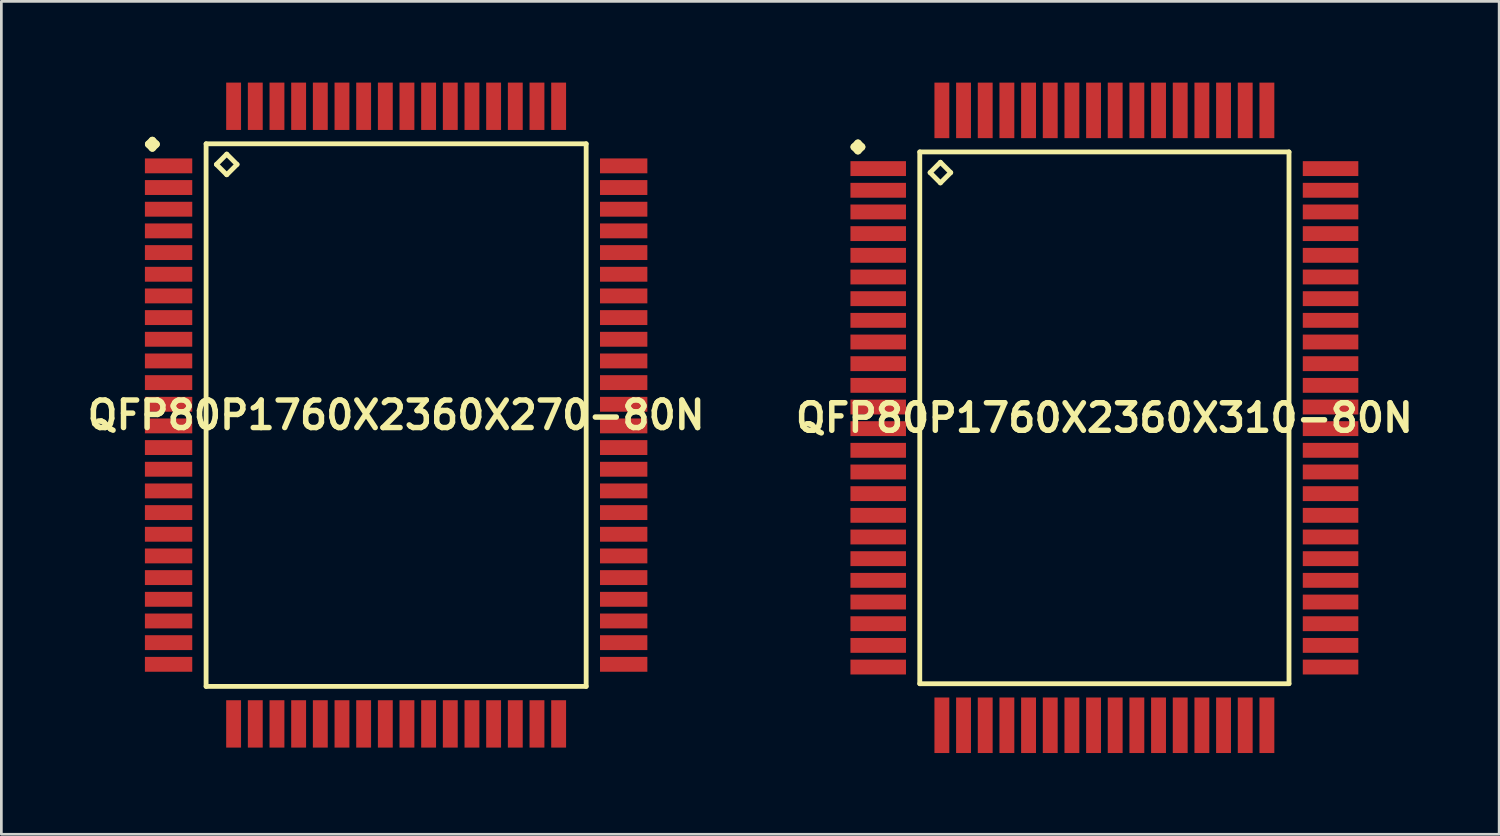
<source format=kicad_pcb>
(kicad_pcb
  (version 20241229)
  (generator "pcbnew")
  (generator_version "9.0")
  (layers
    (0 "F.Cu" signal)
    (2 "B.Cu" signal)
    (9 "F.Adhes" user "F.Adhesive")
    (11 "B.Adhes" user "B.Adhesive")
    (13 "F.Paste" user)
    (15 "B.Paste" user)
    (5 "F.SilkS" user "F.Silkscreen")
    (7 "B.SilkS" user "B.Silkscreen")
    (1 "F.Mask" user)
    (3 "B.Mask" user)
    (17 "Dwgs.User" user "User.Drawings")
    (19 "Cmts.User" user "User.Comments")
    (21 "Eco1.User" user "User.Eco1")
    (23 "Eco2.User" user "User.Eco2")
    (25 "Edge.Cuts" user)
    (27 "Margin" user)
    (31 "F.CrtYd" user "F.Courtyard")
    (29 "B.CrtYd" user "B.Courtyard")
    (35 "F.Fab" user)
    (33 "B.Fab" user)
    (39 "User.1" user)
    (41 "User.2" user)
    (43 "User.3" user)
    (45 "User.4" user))
  (footprint "QFP80P1760X2360X270-80N"
    (layer "F.Cu")
    (at 11.573 12.273)
    (property "Reference" "QFP80P1760X2360X270-80N" (at 0 0 0) (layer "F.SilkS") (effects (font (size 1.016 1.016) (thickness 0.203))))
    (attr smd)
    (fp_line (start -9.136 -10) (end -8.999 -10.137) (stroke (width 0.274) (type solid)) (layer "F.SilkS"))
    (fp_line (start -8.999 -10.137) (end -8.862 -10) (stroke (width 0.274) (type solid)) (layer "F.SilkS"))
    (fp_line (start -8.999 -9.86) (end -9.136 -10) (stroke (width 0.274) (type solid)) (layer "F.SilkS"))
    (fp_line (start -8.862 -10) (end -8.999 -9.86) (stroke (width 0.274) (type solid)) (layer "F.SilkS"))
    (fp_line (start -7.015 -10.015) (end -7.015 10.015) (stroke (width 0.178) (type solid)) (layer "F.SilkS"))
    (fp_line (start -7.015 10.015) (end 7.015 10.015) (stroke (width 0.178) (type solid)) (layer "F.SilkS"))
    (fp_line (start -6.634 -9.253) (end -6.253 -9.634) (stroke (width 0.178) (type solid)) (layer "F.SilkS"))
    (fp_line (start -6.253 -9.634) (end -5.872 -9.253) (stroke (width 0.178) (type solid)) (layer "F.SilkS"))
    (fp_line (start -6.253 -8.872) (end -6.634 -9.253) (stroke (width 0.178) (type solid)) (layer "F.SilkS"))
    (fp_line (start -5.872 -9.253) (end -6.253 -8.872) (stroke (width 0.178) (type solid)) (layer "F.SilkS"))
    (fp_line (start 7.015 -10.015) (end -7.015 -10.015) (stroke (width 0.178) (type solid)) (layer "F.SilkS"))
    (fp_line (start 7.015 10.015) (end 7.015 -10.015) (stroke (width 0.178) (type solid)) (layer "F.SilkS"))
    (pad "1" smd rect (at -8.4 -9.2) (size 1.748 0.549) (layers "F.Cu" "F.Mask" "F.Paste"))
    (pad "2" smd rect (at -8.4 -8.4) (size 1.748 0.549) (layers "F.Cu" "F.Mask" "F.Paste"))
    (pad "3" smd rect (at -8.4 -7.6) (size 1.748 0.549) (layers "F.Cu" "F.Mask" "F.Paste"))
    (pad "4" smd rect (at -8.4 -6.8) (size 1.748 0.549) (layers "F.Cu" "F.Mask" "F.Paste"))
    (pad "5" smd rect (at -8.4 -5.999) (size 1.748 0.549) (layers "F.Cu" "F.Mask" "F.Paste"))
    (pad "6" smd rect (at -8.4 -5.199) (size 1.748 0.549) (layers "F.Cu" "F.Mask" "F.Paste"))
    (pad "7" smd rect (at -8.4 -4.399) (size 1.748 0.549) (layers "F.Cu" "F.Mask" "F.Paste"))
    (pad "8" smd rect (at -8.4 -3.599) (size 1.748 0.549) (layers "F.Cu" "F.Mask" "F.Paste"))
    (pad "9" smd rect (at -8.4 -2.799) (size 1.748 0.549) (layers "F.Cu" "F.Mask" "F.Paste"))
    (pad "10" smd rect (at -8.4 -1.999) (size 1.748 0.549) (layers "F.Cu" "F.Mask" "F.Paste"))
    (pad "11" smd rect (at -8.4 -1.199) (size 1.748 0.549) (layers "F.Cu" "F.Mask" "F.Paste"))
    (pad "12" smd rect (at -8.4 -0.399) (size 1.748 0.549) (layers "F.Cu" "F.Mask" "F.Paste"))
    (pad "13" smd rect (at -8.4 0.399) (size 1.748 0.549) (layers "F.Cu" "F.Mask" "F.Paste"))
    (pad "14" smd rect (at -8.4 1.199) (size 1.748 0.549) (layers "F.Cu" "F.Mask" "F.Paste"))
    (pad "15" smd rect (at -8.4 1.999) (size 1.748 0.549) (layers "F.Cu" "F.Mask" "F.Paste"))
    (pad "16" smd rect (at -8.4 2.799) (size 1.748 0.549) (layers "F.Cu" "F.Mask" "F.Paste"))
    (pad "17" smd rect (at -8.4 3.599) (size 1.748 0.549) (layers "F.Cu" "F.Mask" "F.Paste"))
    (pad "18" smd rect (at -8.4 4.399) (size 1.748 0.549) (layers "F.Cu" "F.Mask" "F.Paste"))
    (pad "19" smd rect (at -8.4 5.199) (size 1.748 0.549) (layers "F.Cu" "F.Mask" "F.Paste"))
    (pad "20" smd rect (at -8.4 5.999) (size 1.748 0.549) (layers "F.Cu" "F.Mask" "F.Paste"))
    (pad "21" smd rect (at -8.4 6.8) (size 1.748 0.549) (layers "F.Cu" "F.Mask" "F.Paste"))
    (pad "22" smd rect (at -8.4 7.6) (size 1.748 0.549) (layers "F.Cu" "F.Mask" "F.Paste"))
    (pad "23" smd rect (at -8.4 8.4) (size 1.748 0.549) (layers "F.Cu" "F.Mask" "F.Paste"))
    (pad "24" smd rect (at -8.4 9.2) (size 1.748 0.549) (layers "F.Cu" "F.Mask" "F.Paste"))
    (pad "25" smd rect (at -5.999 11.4) (size 0.549 1.748) (layers "F.Cu" "F.Mask" "F.Paste"))
    (pad "26" smd rect (at -5.199 11.4) (size 0.549 1.748) (layers "F.Cu" "F.Mask" "F.Paste"))
    (pad "27" smd rect (at -4.399 11.4) (size 0.549 1.748) (layers "F.Cu" "F.Mask" "F.Paste"))
    (pad "28" smd rect (at -3.599 11.4) (size 0.549 1.748) (layers "F.Cu" "F.Mask" "F.Paste"))
    (pad "29" smd rect (at -2.799 11.4) (size 0.549 1.748) (layers "F.Cu" "F.Mask" "F.Paste"))
    (pad "30" smd rect (at -1.999 11.4) (size 0.549 1.748) (layers "F.Cu" "F.Mask" "F.Paste"))
    (pad "31" smd rect (at -1.199 11.4) (size 0.549 1.748) (layers "F.Cu" "F.Mask" "F.Paste"))
    (pad "32" smd rect (at -0.399 11.4) (size 0.549 1.748) (layers "F.Cu" "F.Mask" "F.Paste"))
    (pad "33" smd rect (at 0.399 11.4) (size 0.549 1.748) (layers "F.Cu" "F.Mask" "F.Paste"))
    (pad "34" smd rect (at 1.199 11.4) (size 0.549 1.748) (layers "F.Cu" "F.Mask" "F.Paste"))
    (pad "35" smd rect (at 1.999 11.4) (size 0.549 1.748) (layers "F.Cu" "F.Mask" "F.Paste"))
    (pad "36" smd rect (at 2.799 11.4) (size 0.549 1.748) (layers "F.Cu" "F.Mask" "F.Paste"))
    (pad "37" smd rect (at 3.599 11.4) (size 0.549 1.748) (layers "F.Cu" "F.Mask" "F.Paste"))
    (pad "38" smd rect (at 4.399 11.4) (size 0.549 1.748) (layers "F.Cu" "F.Mask" "F.Paste"))
    (pad "39" smd rect (at 5.199 11.4) (size 0.549 1.748) (layers "F.Cu" "F.Mask" "F.Paste"))
    (pad "40" smd rect (at 5.999 11.4) (size 0.549 1.748) (layers "F.Cu" "F.Mask" "F.Paste"))
    (pad "41" smd rect (at 8.4 9.2) (size 1.748 0.549) (layers "F.Cu" "F.Mask" "F.Paste"))
    (pad "42" smd rect (at 8.4 8.4) (size 1.748 0.549) (layers "F.Cu" "F.Mask" "F.Paste"))
    (pad "43" smd rect (at 8.4 7.6) (size 1.748 0.549) (layers "F.Cu" "F.Mask" "F.Paste"))
    (pad "44" smd rect (at 8.4 6.8) (size 1.748 0.549) (layers "F.Cu" "F.Mask" "F.Paste"))
    (pad "45" smd rect (at 8.4 5.999) (size 1.748 0.549) (layers "F.Cu" "F.Mask" "F.Paste"))
    (pad "46" smd rect (at 8.4 5.199) (size 1.748 0.549) (layers "F.Cu" "F.Mask" "F.Paste"))
    (pad "47" smd rect (at 8.4 4.399) (size 1.748 0.549) (layers "F.Cu" "F.Mask" "F.Paste"))
    (pad "48" smd rect (at 8.4 3.599) (size 1.748 0.549) (layers "F.Cu" "F.Mask" "F.Paste"))
    (pad "49" smd rect (at 8.4 2.799) (size 1.748 0.549) (layers "F.Cu" "F.Mask" "F.Paste"))
    (pad "50" smd rect (at 8.4 1.999) (size 1.748 0.549) (layers "F.Cu" "F.Mask" "F.Paste"))
    (pad "51" smd rect (at 8.4 1.199) (size 1.748 0.549) (layers "F.Cu" "F.Mask" "F.Paste"))
    (pad "52" smd rect (at 8.4 0.399) (size 1.748 0.549) (layers "F.Cu" "F.Mask" "F.Paste"))
    (pad "53" smd rect (at 8.4 -0.399) (size 1.748 0.549) (layers "F.Cu" "F.Mask" "F.Paste"))
    (pad "54" smd rect (at 8.4 -1.199) (size 1.748 0.549) (layers "F.Cu" "F.Mask" "F.Paste"))
    (pad "55" smd rect (at 8.4 -1.999) (size 1.748 0.549) (layers "F.Cu" "F.Mask" "F.Paste"))
    (pad "56" smd rect (at 8.4 -2.799) (size 1.748 0.549) (layers "F.Cu" "F.Mask" "F.Paste"))
    (pad "57" smd rect (at 8.4 -3.599) (size 1.748 0.549) (layers "F.Cu" "F.Mask" "F.Paste"))
    (pad "58" smd rect (at 8.4 -4.399) (size 1.748 0.549) (layers "F.Cu" "F.Mask" "F.Paste"))
    (pad "59" smd rect (at 8.4 -5.199) (size 1.748 0.549) (layers "F.Cu" "F.Mask" "F.Paste"))
    (pad "60" smd rect (at 8.4 -5.999) (size 1.748 0.549) (layers "F.Cu" "F.Mask" "F.Paste"))
    (pad "61" smd rect (at 8.4 -6.8) (size 1.748 0.549) (layers "F.Cu" "F.Mask" "F.Paste"))
    (pad "62" smd rect (at 8.4 -7.6) (size 1.748 0.549) (layers "F.Cu" "F.Mask" "F.Paste"))
    (pad "63" smd rect (at 8.4 -8.4) (size 1.748 0.549) (layers "F.Cu" "F.Mask" "F.Paste"))
    (pad "64" smd rect (at 8.4 -9.2) (size 1.748 0.549) (layers "F.Cu" "F.Mask" "F.Paste"))
    (pad "65" smd rect (at 5.999 -11.4) (size 0.549 1.748) (layers "F.Cu" "F.Mask" "F.Paste"))
    (pad "66" smd rect (at 5.199 -11.4) (size 0.549 1.748) (layers "F.Cu" "F.Mask" "F.Paste"))
    (pad "67" smd rect (at 4.399 -11.4) (size 0.549 1.748) (layers "F.Cu" "F.Mask" "F.Paste"))
    (pad "68" smd rect (at 3.599 -11.4) (size 0.549 1.748) (layers "F.Cu" "F.Mask" "F.Paste"))
    (pad "69" smd rect (at 2.799 -11.4) (size 0.549 1.748) (layers "F.Cu" "F.Mask" "F.Paste"))
    (pad "70" smd rect (at 1.999 -11.4) (size 0.549 1.748) (layers "F.Cu" "F.Mask" "F.Paste"))
    (pad "71" smd rect (at 1.199 -11.4) (size 0.549 1.748) (layers "F.Cu" "F.Mask" "F.Paste"))
    (pad "72" smd rect (at 0.399 -11.4) (size 0.549 1.748) (layers "F.Cu" "F.Mask" "F.Paste"))
    (pad "73" smd rect (at -0.399 -11.4) (size 0.549 1.748) (layers "F.Cu" "F.Mask" "F.Paste"))
    (pad "74" smd rect (at -1.199 -11.4) (size 0.549 1.748) (layers "F.Cu" "F.Mask" "F.Paste"))
    (pad "75" smd rect (at -1.999 -11.4) (size 0.549 1.748) (layers "F.Cu" "F.Mask" "F.Paste"))
    (pad "76" smd rect (at -2.799 -11.4) (size 0.549 1.748) (layers "F.Cu" "F.Mask" "F.Paste"))
    (pad "77" smd rect (at -3.599 -11.4) (size 0.549 1.748) (layers "F.Cu" "F.Mask" "F.Paste"))
    (pad "78" smd rect (at -4.399 -11.4) (size 0.549 1.748) (layers "F.Cu" "F.Mask" "F.Paste"))
    (pad "79" smd rect (at -5.199 -11.4) (size 0.549 1.748) (layers "F.Cu" "F.Mask" "F.Paste"))
    (pad "80" smd rect (at -5.999 -11.4) (size 0.549 1.748) (layers "F.Cu" "F.Mask" "F.Paste")))
  (footprint "QFP80P1760X2360X310-80N"
    (layer "F.Cu")
    (at 37.718 12.374)
    (property "Reference" "QFP80P1760X2360X310-80N" (at 0 0 0) (layer "F.SilkS") (effects (font (size 1.016 1.016) (thickness 0.203))))
    (attr smd)
    (fp_line (start -9.235 -10) (end -9.098 -10.137) (stroke (width 0.274) (type solid)) (layer "F.SilkS"))
    (fp_line (start -9.098 -10.137) (end -8.961 -10) (stroke (width 0.274) (type solid)) (layer "F.SilkS"))
    (fp_line (start -9.098 -9.86) (end -9.235 -10) (stroke (width 0.274) (type solid)) (layer "F.SilkS"))
    (fp_line (start -8.961 -10) (end -9.098 -9.86) (stroke (width 0.274) (type solid)) (layer "F.SilkS"))
    (fp_line (start -6.815 -9.815) (end -6.815 9.815) (stroke (width 0.178) (type solid)) (layer "F.SilkS"))
    (fp_line (start -6.815 9.815) (end 6.815 9.815) (stroke (width 0.178) (type solid)) (layer "F.SilkS"))
    (fp_line (start -6.434 -9.053) (end -6.053 -9.434) (stroke (width 0.178) (type solid)) (layer "F.SilkS"))
    (fp_line (start -6.053 -9.434) (end -5.672 -9.053) (stroke (width 0.178) (type solid)) (layer "F.SilkS"))
    (fp_line (start -6.053 -8.672) (end -6.434 -9.053) (stroke (width 0.178) (type solid)) (layer "F.SilkS"))
    (fp_line (start -5.672 -9.053) (end -6.053 -8.672) (stroke (width 0.178) (type solid)) (layer "F.SilkS"))
    (fp_line (start 6.815 -9.815) (end -6.815 -9.815) (stroke (width 0.178) (type solid)) (layer "F.SilkS"))
    (fp_line (start 6.815 9.815) (end 6.815 -9.815) (stroke (width 0.178) (type solid)) (layer "F.SilkS"))
    (pad "1" smd rect (at -8.349 -9.2) (size 2.05 0.549) (layers "F.Cu" "F.Mask" "F.Paste"))
    (pad "2" smd rect (at -8.349 -8.4) (size 2.05 0.549) (layers "F.Cu" "F.Mask" "F.Paste"))
    (pad "3" smd rect (at -8.349 -7.6) (size 2.05 0.549) (layers "F.Cu" "F.Mask" "F.Paste"))
    (pad "4" smd rect (at -8.349 -6.8) (size 2.05 0.549) (layers "F.Cu" "F.Mask" "F.Paste"))
    (pad "5" smd rect (at -8.349 -5.999) (size 2.05 0.549) (layers "F.Cu" "F.Mask" "F.Paste"))
    (pad "6" smd rect (at -8.349 -5.199) (size 2.05 0.549) (layers "F.Cu" "F.Mask" "F.Paste"))
    (pad "7" smd rect (at -8.349 -4.399) (size 2.05 0.549) (layers "F.Cu" "F.Mask" "F.Paste"))
    (pad "8" smd rect (at -8.349 -3.599) (size 2.05 0.549) (layers "F.Cu" "F.Mask" "F.Paste"))
    (pad "9" smd rect (at -8.349 -2.799) (size 2.05 0.549) (layers "F.Cu" "F.Mask" "F.Paste"))
    (pad "10" smd rect (at -8.349 -1.999) (size 2.05 0.549) (layers "F.Cu" "F.Mask" "F.Paste"))
    (pad "11" smd rect (at -8.349 -1.199) (size 2.05 0.549) (layers "F.Cu" "F.Mask" "F.Paste"))
    (pad "12" smd rect (at -8.349 -0.399) (size 2.05 0.549) (layers "F.Cu" "F.Mask" "F.Paste"))
    (pad "13" smd rect (at -8.349 0.399) (size 2.05 0.549) (layers "F.Cu" "F.Mask" "F.Paste"))
    (pad "14" smd rect (at -8.349 1.199) (size 2.05 0.549) (layers "F.Cu" "F.Mask" "F.Paste"))
    (pad "15" smd rect (at -8.349 1.999) (size 2.05 0.549) (layers "F.Cu" "F.Mask" "F.Paste"))
    (pad "16" smd rect (at -8.349 2.799) (size 2.05 0.549) (layers "F.Cu" "F.Mask" "F.Paste"))
    (pad "17" smd rect (at -8.349 3.599) (size 2.05 0.549) (layers "F.Cu" "F.Mask" "F.Paste"))
    (pad "18" smd rect (at -8.349 4.399) (size 2.05 0.549) (layers "F.Cu" "F.Mask" "F.Paste"))
    (pad "19" smd rect (at -8.349 5.199) (size 2.05 0.549) (layers "F.Cu" "F.Mask" "F.Paste"))
    (pad "20" smd rect (at -8.349 5.999) (size 2.05 0.549) (layers "F.Cu" "F.Mask" "F.Paste"))
    (pad "21" smd rect (at -8.349 6.8) (size 2.05 0.549) (layers "F.Cu" "F.Mask" "F.Paste"))
    (pad "22" smd rect (at -8.349 7.6) (size 2.05 0.549) (layers "F.Cu" "F.Mask" "F.Paste"))
    (pad "23" smd rect (at -8.349 8.4) (size 2.05 0.549) (layers "F.Cu" "F.Mask" "F.Paste"))
    (pad "24" smd rect (at -8.349 9.2) (size 2.05 0.549) (layers "F.Cu" "F.Mask" "F.Paste"))
    (pad "25" smd rect (at -5.999 11.349) (size 0.549 2.05) (layers "F.Cu" "F.Mask" "F.Paste"))
    (pad "26" smd rect (at -5.199 11.349) (size 0.549 2.05) (layers "F.Cu" "F.Mask" "F.Paste"))
    (pad "27" smd rect (at -4.399 11.349) (size 0.549 2.05) (layers "F.Cu" "F.Mask" "F.Paste"))
    (pad "28" smd rect (at -3.599 11.349) (size 0.549 2.05) (layers "F.Cu" "F.Mask" "F.Paste"))
    (pad "29" smd rect (at -2.799 11.349) (size 0.549 2.05) (layers "F.Cu" "F.Mask" "F.Paste"))
    (pad "30" smd rect (at -1.999 11.349) (size 0.549 2.05) (layers "F.Cu" "F.Mask" "F.Paste"))
    (pad "31" smd rect (at -1.199 11.349) (size 0.549 2.05) (layers "F.Cu" "F.Mask" "F.Paste"))
    (pad "32" smd rect (at -0.399 11.349) (size 0.549 2.05) (layers "F.Cu" "F.Mask" "F.Paste"))
    (pad "33" smd rect (at 0.399 11.349) (size 0.549 2.05) (layers "F.Cu" "F.Mask" "F.Paste"))
    (pad "34" smd rect (at 1.199 11.349) (size 0.549 2.05) (layers "F.Cu" "F.Mask" "F.Paste"))
    (pad "35" smd rect (at 1.999 11.349) (size 0.549 2.05) (layers "F.Cu" "F.Mask" "F.Paste"))
    (pad "36" smd rect (at 2.799 11.349) (size 0.549 2.05) (layers "F.Cu" "F.Mask" "F.Paste"))
    (pad "37" smd rect (at 3.599 11.349) (size 0.549 2.05) (layers "F.Cu" "F.Mask" "F.Paste"))
    (pad "38" smd rect (at 4.399 11.349) (size 0.549 2.05) (layers "F.Cu" "F.Mask" "F.Paste"))
    (pad "39" smd rect (at 5.199 11.349) (size 0.549 2.05) (layers "F.Cu" "F.Mask" "F.Paste"))
    (pad "40" smd rect (at 5.999 11.349) (size 0.549 2.05) (layers "F.Cu" "F.Mask" "F.Paste"))
    (pad "41" smd rect (at 8.349 9.2) (size 2.05 0.549) (layers "F.Cu" "F.Mask" "F.Paste"))
    (pad "42" smd rect (at 8.349 8.4) (size 2.05 0.549) (layers "F.Cu" "F.Mask" "F.Paste"))
    (pad "43" smd rect (at 8.349 7.6) (size 2.05 0.549) (layers "F.Cu" "F.Mask" "F.Paste"))
    (pad "44" smd rect (at 8.349 6.8) (size 2.05 0.549) (layers "F.Cu" "F.Mask" "F.Paste"))
    (pad "45" smd rect (at 8.349 5.999) (size 2.05 0.549) (layers "F.Cu" "F.Mask" "F.Paste"))
    (pad "46" smd rect (at 8.349 5.199) (size 2.05 0.549) (layers "F.Cu" "F.Mask" "F.Paste"))
    (pad "47" smd rect (at 8.349 4.399) (size 2.05 0.549) (layers "F.Cu" "F.Mask" "F.Paste"))
    (pad "48" smd rect (at 8.349 3.599) (size 2.05 0.549) (layers "F.Cu" "F.Mask" "F.Paste"))
    (pad "49" smd rect (at 8.349 2.799) (size 2.05 0.549) (layers "F.Cu" "F.Mask" "F.Paste"))
    (pad "50" smd rect (at 8.349 1.999) (size 2.05 0.549) (layers "F.Cu" "F.Mask" "F.Paste"))
    (pad "51" smd rect (at 8.349 1.199) (size 2.05 0.549) (layers "F.Cu" "F.Mask" "F.Paste"))
    (pad "52" smd rect (at 8.349 0.399) (size 2.05 0.549) (layers "F.Cu" "F.Mask" "F.Paste"))
    (pad "53" smd rect (at 8.349 -0.399) (size 2.05 0.549) (layers "F.Cu" "F.Mask" "F.Paste"))
    (pad "54" smd rect (at 8.349 -1.199) (size 2.05 0.549) (layers "F.Cu" "F.Mask" "F.Paste"))
    (pad "55" smd rect (at 8.349 -1.999) (size 2.05 0.549) (layers "F.Cu" "F.Mask" "F.Paste"))
    (pad "56" smd rect (at 8.349 -2.799) (size 2.05 0.549) (layers "F.Cu" "F.Mask" "F.Paste"))
    (pad "57" smd rect (at 8.349 -3.599) (size 2.05 0.549) (layers "F.Cu" "F.Mask" "F.Paste"))
    (pad "58" smd rect (at 8.349 -4.399) (size 2.05 0.549) (layers "F.Cu" "F.Mask" "F.Paste"))
    (pad "59" smd rect (at 8.349 -5.199) (size 2.05 0.549) (layers "F.Cu" "F.Mask" "F.Paste"))
    (pad "60" smd rect (at 8.349 -5.999) (size 2.05 0.549) (layers "F.Cu" "F.Mask" "F.Paste"))
    (pad "61" smd rect (at 8.349 -6.8) (size 2.05 0.549) (layers "F.Cu" "F.Mask" "F.Paste"))
    (pad "62" smd rect (at 8.349 -7.6) (size 2.05 0.549) (layers "F.Cu" "F.Mask" "F.Paste"))
    (pad "63" smd rect (at 8.349 -8.4) (size 2.05 0.549) (layers "F.Cu" "F.Mask" "F.Paste"))
    (pad "64" smd rect (at 8.349 -9.2) (size 2.05 0.549) (layers "F.Cu" "F.Mask" "F.Paste"))
    (pad "65" smd rect (at 5.999 -11.349) (size 0.549 2.05) (layers "F.Cu" "F.Mask" "F.Paste"))
    (pad "66" smd rect (at 5.199 -11.349) (size 0.549 2.05) (layers "F.Cu" "F.Mask" "F.Paste"))
    (pad "67" smd rect (at 4.399 -11.349) (size 0.549 2.05) (layers "F.Cu" "F.Mask" "F.Paste"))
    (pad "68" smd rect (at 3.599 -11.349) (size 0.549 2.05) (layers "F.Cu" "F.Mask" "F.Paste"))
    (pad "69" smd rect (at 2.799 -11.349) (size 0.549 2.05) (layers "F.Cu" "F.Mask" "F.Paste"))
    (pad "70" smd rect (at 1.999 -11.349) (size 0.549 2.05) (layers "F.Cu" "F.Mask" "F.Paste"))
    (pad "71" smd rect (at 1.199 -11.349) (size 0.549 2.05) (layers "F.Cu" "F.Mask" "F.Paste"))
    (pad "72" smd rect (at 0.399 -11.349) (size 0.549 2.05) (layers "F.Cu" "F.Mask" "F.Paste"))
    (pad "73" smd rect (at -0.399 -11.349) (size 0.549 2.05) (layers "F.Cu" "F.Mask" "F.Paste"))
    (pad "74" smd rect (at -1.199 -11.349) (size 0.549 2.05) (layers "F.Cu" "F.Mask" "F.Paste"))
    (pad "75" smd rect (at -1.999 -11.349) (size 0.549 2.05) (layers "F.Cu" "F.Mask" "F.Paste"))
    (pad "76" smd rect (at -2.799 -11.349) (size 0.549 2.05) (layers "F.Cu" "F.Mask" "F.Paste"))
    (pad "77" smd rect (at -3.599 -11.349) (size 0.549 2.05) (layers "F.Cu" "F.Mask" "F.Paste"))
    (pad "78" smd rect (at -4.399 -11.349) (size 0.549 2.05) (layers "F.Cu" "F.Mask" "F.Paste"))
    (pad "79" smd rect (at -5.199 -11.349) (size 0.549 2.05) (layers "F.Cu" "F.Mask" "F.Paste"))
    (pad "80" smd rect (at -5.999 -11.349) (size 0.549 2.05) (layers "F.Cu" "F.Mask" "F.Paste")))
  (gr_rect
    (start -3 -3)
    (end 52.291 27.747)
    (stroke (width 0.1) (type default))
    (fill no)
    (layer "Edge.Cuts")))
</source>
